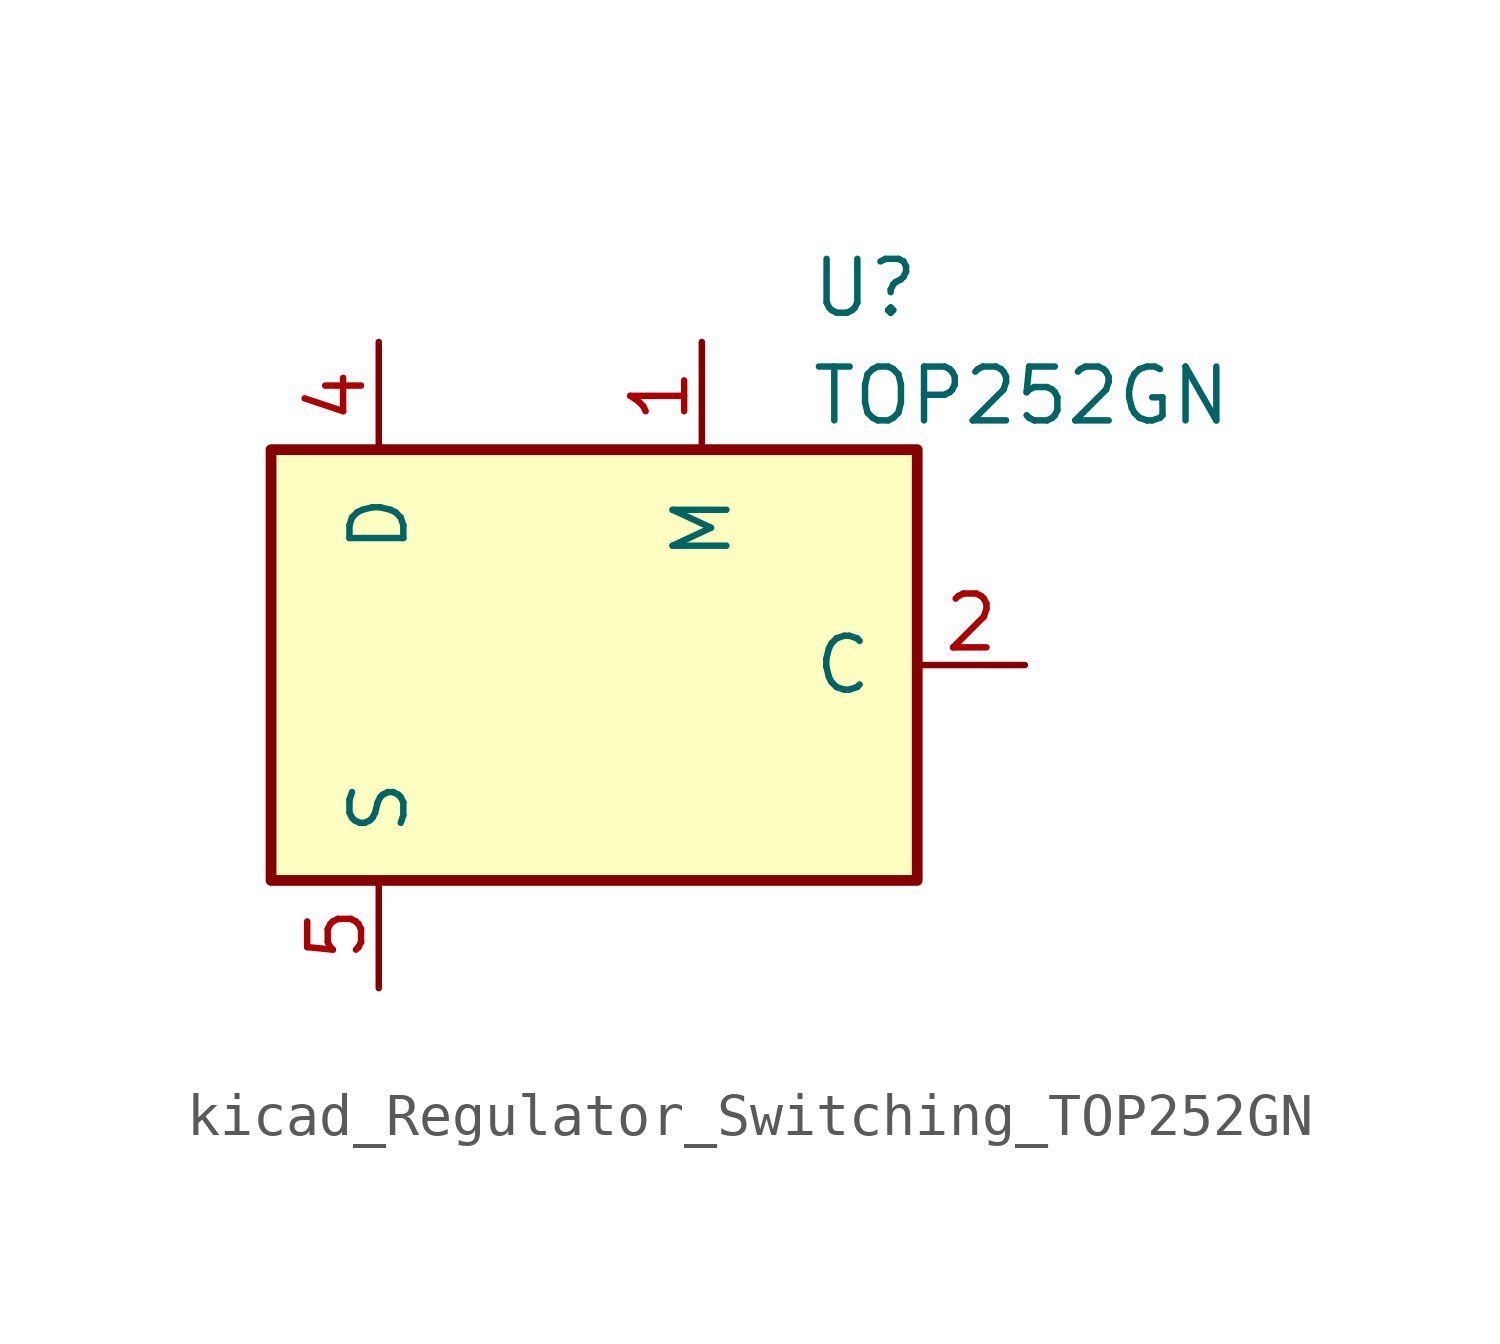
<source format=kicad_sym>
(kicad_symbol_lib
  (version 20220914)
  (generator kicad_symbol_editor)
  (symbol "kicad_Regulator_Switching_TOP252GN"
    (pin_names
      (offset 1.016))
    (property "Reference" "U"
      (at 5.08 8.89 0)
      (effects (font (size 1.27 1.27)) (justify left)))
    (property "Value" "TOP252GN"
      (at 5.08 6.35 0)
      (effects (font (size 1.27 1.27)) (justify left)))
    (symbol "kicad_Regulator_Switching_TOP252GN_0_1"
      (rectangle (start -7.62 5.08) (end 7.62 -5.08) (stroke (width 0.254) (type default)) (fill (type background))))
    (symbol "kicad_Regulator_Switching_TOP252GN_1_1"
      (pin input line (at 2.54 7.62 270) (length 2.54) (name "M" (effects (font (size 1.27 1.27)))) (number "1" (effects (font (size 1.27 1.27)))))
      (pin input line (at 10.16 0 180) (length 2.54) (name "C" (effects (font (size 1.27 1.27)))) (number "2" (effects (font (size 1.27 1.27)))))
      (pin open_collector line (at -5.08 7.62 270) (length 2.54) (name "D" (effects (font (size 1.27 1.27)))) (number "4" (effects (font (size 1.27 1.27)))))
      (pin power_in line (at -5.08 -7.62 90) (length 2.54) (name "S" (effects (font (size 1.27 1.27)))) (number "5" (effects (font (size 1.27 1.27)))))
      (pin passive line (at -5.08 -7.62 90) (length 2.54) hide (name "S" (effects (font (size 1.27 1.27)))) (number "6" (effects (font (size 1.27 1.27)))))
      (pin passive line (at -5.08 -7.62 90) (length 2.54) hide (name "S" (effects (font (size 1.27 1.27)))) (number "7" (effects (font (size 1.27 1.27)))))
      (pin passive line (at -5.08 -7.62 90) (length 2.54) hide (name "S" (effects (font (size 1.27 1.27)))) (number "8" (effects (font (size 1.27 1.27))))))))
</source>
